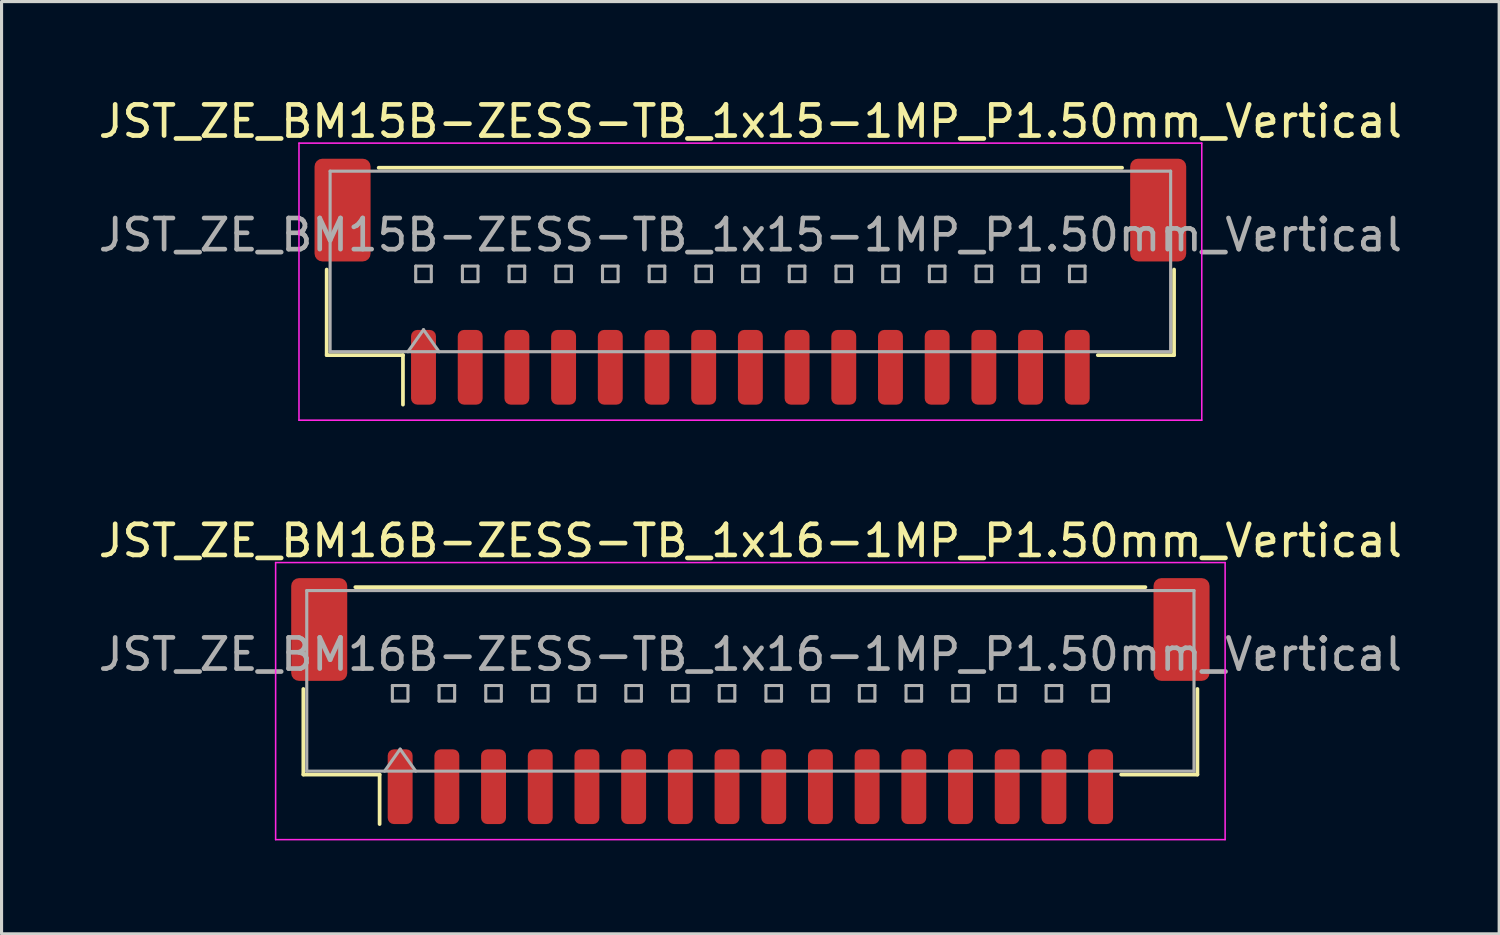
<source format=kicad_pcb>
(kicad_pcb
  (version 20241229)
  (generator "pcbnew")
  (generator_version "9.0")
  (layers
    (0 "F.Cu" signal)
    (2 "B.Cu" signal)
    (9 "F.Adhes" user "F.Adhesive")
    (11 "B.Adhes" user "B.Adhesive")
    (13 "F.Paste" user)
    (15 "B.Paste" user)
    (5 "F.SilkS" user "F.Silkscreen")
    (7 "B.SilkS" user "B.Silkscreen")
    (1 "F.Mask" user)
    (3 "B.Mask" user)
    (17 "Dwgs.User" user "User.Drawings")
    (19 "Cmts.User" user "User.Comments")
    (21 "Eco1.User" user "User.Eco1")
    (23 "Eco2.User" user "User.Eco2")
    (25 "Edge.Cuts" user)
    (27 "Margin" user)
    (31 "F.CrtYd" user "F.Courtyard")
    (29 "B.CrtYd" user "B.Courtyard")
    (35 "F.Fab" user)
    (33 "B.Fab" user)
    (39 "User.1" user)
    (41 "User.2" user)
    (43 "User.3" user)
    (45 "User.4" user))
  (footprint "JST_ZE_BM15B-ZESS-TB_1x15-1MP_P1.50mm_Vertical"
    (layer "F.Cu")
    (at 21.054 5.998)
    (property "Reference" "JST_ZE_BM15B-ZESS-TB_1x15-1MP_P1.50mm_Vertical" (at 0 -5.15 0) (layer "F.SilkS") (effects (font (size 1 1) (thickness 0.15))))
    (attr smd)
    (fp_line (start -13.61 -0.39) (end -13.61 2.36) (stroke (width 0.12) (type solid)) (layer "F.SilkS"))
    (fp_line (start -13.61 2.36) (end -11.16 2.36) (stroke (width 0.12) (type solid)) (layer "F.SilkS"))
    (fp_line (start -11.94 -3.66) (end 11.94 -3.66) (stroke (width 0.12) (type solid)) (layer "F.SilkS"))
    (fp_line (start -11.16 2.36) (end -11.16 3.95) (stroke (width 0.12) (type solid)) (layer "F.SilkS"))
    (fp_line (start 13.61 -0.39) (end 13.61 2.36) (stroke (width 0.12) (type solid)) (layer "F.SilkS"))
    (fp_line (start 13.61 2.36) (end 11.16 2.36) (stroke (width 0.12) (type solid)) (layer "F.SilkS"))
    (fp_line (start -14.5 -4.45) (end -14.5 4.45) (stroke (width 0.05) (type solid)) (layer "F.CrtYd"))
    (fp_line (start -14.5 4.45) (end 14.5 4.45) (stroke (width 0.05) (type solid)) (layer "F.CrtYd"))
    (fp_line (start 14.5 -4.45) (end -14.5 -4.45) (stroke (width 0.05) (type solid)) (layer "F.CrtYd"))
    (fp_line (start 14.5 4.45) (end 14.5 -4.45) (stroke (width 0.05) (type solid)) (layer "F.CrtYd"))
    (fp_line (start -13.5 -3.55) (end 13.5 -3.55) (stroke (width 0.1) (type solid)) (layer "F.Fab"))
    (fp_line (start -13.5 2.25) (end -13.5 -3.55) (stroke (width 0.1) (type solid)) (layer "F.Fab"))
    (fp_line (start -13.5 2.25) (end 13.5 2.25) (stroke (width 0.1) (type solid)) (layer "F.Fab"))
    (fp_line (start -11 2.25) (end -10.5 1.543) (stroke (width 0.1) (type solid)) (layer "F.Fab"))
    (fp_line (start -10.75 -0.5) (end -10.75 0) (stroke (width 0.1) (type solid)) (layer "F.Fab"))
    (fp_line (start -10.75 0) (end -10.25 0) (stroke (width 0.1) (type solid)) (layer "F.Fab"))
    (fp_line (start -10.5 1.543) (end -10 2.25) (stroke (width 0.1) (type solid)) (layer "F.Fab"))
    (fp_line (start -10.25 -0.5) (end -10.75 -0.5) (stroke (width 0.1) (type solid)) (layer "F.Fab"))
    (fp_line (start -10.25 0) (end -10.25 -0.5) (stroke (width 0.1) (type solid)) (layer "F.Fab"))
    (fp_line (start -9.25 -0.5) (end -9.25 0) (stroke (width 0.1) (type solid)) (layer "F.Fab"))
    (fp_line (start -9.25 0) (end -8.75 0) (stroke (width 0.1) (type solid)) (layer "F.Fab"))
    (fp_line (start -8.75 -0.5) (end -9.25 -0.5) (stroke (width 0.1) (type solid)) (layer "F.Fab"))
    (fp_line (start -8.75 0) (end -8.75 -0.5) (stroke (width 0.1) (type solid)) (layer "F.Fab"))
    (fp_line (start -7.75 -0.5) (end -7.75 0) (stroke (width 0.1) (type solid)) (layer "F.Fab"))
    (fp_line (start -7.75 0) (end -7.25 0) (stroke (width 0.1) (type solid)) (layer "F.Fab"))
    (fp_line (start -7.25 -0.5) (end -7.75 -0.5) (stroke (width 0.1) (type solid)) (layer "F.Fab"))
    (fp_line (start -7.25 0) (end -7.25 -0.5) (stroke (width 0.1) (type solid)) (layer "F.Fab"))
    (fp_line (start -6.25 -0.5) (end -6.25 0) (stroke (width 0.1) (type solid)) (layer "F.Fab"))
    (fp_line (start -6.25 0) (end -5.75 0) (stroke (width 0.1) (type solid)) (layer "F.Fab"))
    (fp_line (start -5.75 -0.5) (end -6.25 -0.5) (stroke (width 0.1) (type solid)) (layer "F.Fab"))
    (fp_line (start -5.75 0) (end -5.75 -0.5) (stroke (width 0.1) (type solid)) (layer "F.Fab"))
    (fp_line (start -4.75 -0.5) (end -4.75 0) (stroke (width 0.1) (type solid)) (layer "F.Fab"))
    (fp_line (start -4.75 0) (end -4.25 0) (stroke (width 0.1) (type solid)) (layer "F.Fab"))
    (fp_line (start -4.25 -0.5) (end -4.75 -0.5) (stroke (width 0.1) (type solid)) (layer "F.Fab"))
    (fp_line (start -4.25 0) (end -4.25 -0.5) (stroke (width 0.1) (type solid)) (layer "F.Fab"))
    (fp_line (start -3.25 -0.5) (end -3.25 0) (stroke (width 0.1) (type solid)) (layer "F.Fab"))
    (fp_line (start -3.25 0) (end -2.75 0) (stroke (width 0.1) (type solid)) (layer "F.Fab"))
    (fp_line (start -2.75 -0.5) (end -3.25 -0.5) (stroke (width 0.1) (type solid)) (layer "F.Fab"))
    (fp_line (start -2.75 0) (end -2.75 -0.5) (stroke (width 0.1) (type solid)) (layer "F.Fab"))
    (fp_line (start -1.75 -0.5) (end -1.75 0) (stroke (width 0.1) (type solid)) (layer "F.Fab"))
    (fp_line (start -1.75 0) (end -1.25 0) (stroke (width 0.1) (type solid)) (layer "F.Fab"))
    (fp_line (start -1.25 -0.5) (end -1.75 -0.5) (stroke (width 0.1) (type solid)) (layer "F.Fab"))
    (fp_line (start -1.25 0) (end -1.25 -0.5) (stroke (width 0.1) (type solid)) (layer "F.Fab"))
    (fp_line (start -0.25 -0.5) (end -0.25 0) (stroke (width 0.1) (type solid)) (layer "F.Fab"))
    (fp_line (start -0.25 0) (end 0.25 0) (stroke (width 0.1) (type solid)) (layer "F.Fab"))
    (fp_line (start 0.25 -0.5) (end -0.25 -0.5) (stroke (width 0.1) (type solid)) (layer "F.Fab"))
    (fp_line (start 0.25 0) (end 0.25 -0.5) (stroke (width 0.1) (type solid)) (layer "F.Fab"))
    (fp_line (start 1.25 -0.5) (end 1.25 0) (stroke (width 0.1) (type solid)) (layer "F.Fab"))
    (fp_line (start 1.25 0) (end 1.75 0) (stroke (width 0.1) (type solid)) (layer "F.Fab"))
    (fp_line (start 1.75 -0.5) (end 1.25 -0.5) (stroke (width 0.1) (type solid)) (layer "F.Fab"))
    (fp_line (start 1.75 0) (end 1.75 -0.5) (stroke (width 0.1) (type solid)) (layer "F.Fab"))
    (fp_line (start 2.75 -0.5) (end 2.75 0) (stroke (width 0.1) (type solid)) (layer "F.Fab"))
    (fp_line (start 2.75 0) (end 3.25 0) (stroke (width 0.1) (type solid)) (layer "F.Fab"))
    (fp_line (start 3.25 -0.5) (end 2.75 -0.5) (stroke (width 0.1) (type solid)) (layer "F.Fab"))
    (fp_line (start 3.25 0) (end 3.25 -0.5) (stroke (width 0.1) (type solid)) (layer "F.Fab"))
    (fp_line (start 4.25 -0.5) (end 4.25 0) (stroke (width 0.1) (type solid)) (layer "F.Fab"))
    (fp_line (start 4.25 0) (end 4.75 0) (stroke (width 0.1) (type solid)) (layer "F.Fab"))
    (fp_line (start 4.75 -0.5) (end 4.25 -0.5) (stroke (width 0.1) (type solid)) (layer "F.Fab"))
    (fp_line (start 4.75 0) (end 4.75 -0.5) (stroke (width 0.1) (type solid)) (layer "F.Fab"))
    (fp_line (start 5.75 -0.5) (end 5.75 0) (stroke (width 0.1) (type solid)) (layer "F.Fab"))
    (fp_line (start 5.75 0) (end 6.25 0) (stroke (width 0.1) (type solid)) (layer "F.Fab"))
    (fp_line (start 6.25 -0.5) (end 5.75 -0.5) (stroke (width 0.1) (type solid)) (layer "F.Fab"))
    (fp_line (start 6.25 0) (end 6.25 -0.5) (stroke (width 0.1) (type solid)) (layer "F.Fab"))
    (fp_line (start 7.25 -0.5) (end 7.25 0) (stroke (width 0.1) (type solid)) (layer "F.Fab"))
    (fp_line (start 7.25 0) (end 7.75 0) (stroke (width 0.1) (type solid)) (layer "F.Fab"))
    (fp_line (start 7.75 -0.5) (end 7.25 -0.5) (stroke (width 0.1) (type solid)) (layer "F.Fab"))
    (fp_line (start 7.75 0) (end 7.75 -0.5) (stroke (width 0.1) (type solid)) (layer "F.Fab"))
    (fp_line (start 8.75 -0.5) (end 8.75 0) (stroke (width 0.1) (type solid)) (layer "F.Fab"))
    (fp_line (start 8.75 0) (end 9.25 0) (stroke (width 0.1) (type solid)) (layer "F.Fab"))
    (fp_line (start 9.25 -0.5) (end 8.75 -0.5) (stroke (width 0.1) (type solid)) (layer "F.Fab"))
    (fp_line (start 9.25 0) (end 9.25 -0.5) (stroke (width 0.1) (type solid)) (layer "F.Fab"))
    (fp_line (start 10.25 -0.5) (end 10.25 0) (stroke (width 0.1) (type solid)) (layer "F.Fab"))
    (fp_line (start 10.25 0) (end 10.75 0) (stroke (width 0.1) (type solid)) (layer "F.Fab"))
    (fp_line (start 10.75 -0.5) (end 10.25 -0.5) (stroke (width 0.1) (type solid)) (layer "F.Fab"))
    (fp_line (start 10.75 0) (end 10.75 -0.5) (stroke (width 0.1) (type solid)) (layer "F.Fab"))
    (fp_line (start 13.5 2.25) (end 13.5 -3.55) (stroke (width 0.1) (type solid)) (layer "F.Fab"))
    (fp_text user "${REFERENCE}" (at 0 -1.5 0) (layer "F.Fab") (effects (font (size 1 1) (thickness 0.15))))
    (pad "1" smd roundrect (at -10.5 2.75) (size 0.8 2.4) (layers "F.Cu" "F.Mask" "F.Paste") (roundrect_rratio 0.25))
    (pad "2" smd roundrect (at -9 2.75) (size 0.8 2.4) (layers "F.Cu" "F.Mask" "F.Paste") (roundrect_rratio 0.25))
    (pad "3" smd roundrect (at -7.5 2.75) (size 0.8 2.4) (layers "F.Cu" "F.Mask" "F.Paste") (roundrect_rratio 0.25))
    (pad "4" smd roundrect (at -6 2.75) (size 0.8 2.4) (layers "F.Cu" "F.Mask" "F.Paste") (roundrect_rratio 0.25))
    (pad "5" smd roundrect (at -4.5 2.75) (size 0.8 2.4) (layers "F.Cu" "F.Mask" "F.Paste") (roundrect_rratio 0.25))
    (pad "6" smd roundrect (at -3 2.75) (size 0.8 2.4) (layers "F.Cu" "F.Mask" "F.Paste") (roundrect_rratio 0.25))
    (pad "7" smd roundrect (at -1.5 2.75) (size 0.8 2.4) (layers "F.Cu" "F.Mask" "F.Paste") (roundrect_rratio 0.25))
    (pad "8" smd roundrect (at 0 2.75) (size 0.8 2.4) (layers "F.Cu" "F.Mask" "F.Paste") (roundrect_rratio 0.25))
    (pad "9" smd roundrect (at 1.5 2.75) (size 0.8 2.4) (layers "F.Cu" "F.Mask" "F.Paste") (roundrect_rratio 0.25))
    (pad "10" smd roundrect (at 3 2.75) (size 0.8 2.4) (layers "F.Cu" "F.Mask" "F.Paste") (roundrect_rratio 0.25))
    (pad "11" smd roundrect (at 4.5 2.75) (size 0.8 2.4) (layers "F.Cu" "F.Mask" "F.Paste") (roundrect_rratio 0.25))
    (pad "12" smd roundrect (at 6 2.75) (size 0.8 2.4) (layers "F.Cu" "F.Mask" "F.Paste") (roundrect_rratio 0.25))
    (pad "13" smd roundrect (at 7.5 2.75) (size 0.8 2.4) (layers "F.Cu" "F.Mask" "F.Paste") (roundrect_rratio 0.25))
    (pad "14" smd roundrect (at 9 2.75) (size 0.8 2.4) (layers "F.Cu" "F.Mask" "F.Paste") (roundrect_rratio 0.25))
    (pad "15" smd roundrect (at 10.5 2.75) (size 0.8 2.4) (layers "F.Cu" "F.Mask" "F.Paste") (roundrect_rratio 0.25))
    (pad "MP" smd roundrect (at -13.1 -2.3) (size 1.8 3.3) (layers "F.Cu" "F.Mask" "F.Paste") (roundrect_rratio 0.139))
    (pad "MP" smd roundrect (at 13.1 -2.3) (size 1.8 3.3) (layers "F.Cu" "F.Mask" "F.Paste") (roundrect_rratio 0.139)))
  (footprint "JST_ZE_BM16B-ZESS-TB_1x16-1MP_P1.50mm_Vertical"
    (layer "F.Cu")
    (at 21.054 19.471)
    (property "Reference" "JST_ZE_BM16B-ZESS-TB_1x16-1MP_P1.50mm_Vertical" (at 0 -5.15 0) (layer "F.SilkS") (effects (font (size 1 1) (thickness 0.15))))
    (attr smd)
    (fp_line (start -14.36 -0.39) (end -14.36 2.36) (stroke (width 0.12) (type solid)) (layer "F.SilkS"))
    (fp_line (start -14.36 2.36) (end -11.91 2.36) (stroke (width 0.12) (type solid)) (layer "F.SilkS"))
    (fp_line (start -12.69 -3.66) (end 12.69 -3.66) (stroke (width 0.12) (type solid)) (layer "F.SilkS"))
    (fp_line (start -11.91 2.36) (end -11.91 3.95) (stroke (width 0.12) (type solid)) (layer "F.SilkS"))
    (fp_line (start 14.36 -0.39) (end 14.36 2.36) (stroke (width 0.12) (type solid)) (layer "F.SilkS"))
    (fp_line (start 14.36 2.36) (end 11.91 2.36) (stroke (width 0.12) (type solid)) (layer "F.SilkS"))
    (fp_line (start -15.25 -4.45) (end -15.25 4.45) (stroke (width 0.05) (type solid)) (layer "F.CrtYd"))
    (fp_line (start -15.25 4.45) (end 15.25 4.45) (stroke (width 0.05) (type solid)) (layer "F.CrtYd"))
    (fp_line (start 15.25 -4.45) (end -15.25 -4.45) (stroke (width 0.05) (type solid)) (layer "F.CrtYd"))
    (fp_line (start 15.25 4.45) (end 15.25 -4.45) (stroke (width 0.05) (type solid)) (layer "F.CrtYd"))
    (fp_line (start -14.25 -3.55) (end 14.25 -3.55) (stroke (width 0.1) (type solid)) (layer "F.Fab"))
    (fp_line (start -14.25 2.25) (end -14.25 -3.55) (stroke (width 0.1) (type solid)) (layer "F.Fab"))
    (fp_line (start -14.25 2.25) (end 14.25 2.25) (stroke (width 0.1) (type solid)) (layer "F.Fab"))
    (fp_line (start -11.75 2.25) (end -11.25 1.543) (stroke (width 0.1) (type solid)) (layer "F.Fab"))
    (fp_line (start -11.5 -0.5) (end -11.5 0) (stroke (width 0.1) (type solid)) (layer "F.Fab"))
    (fp_line (start -11.5 0) (end -11 0) (stroke (width 0.1) (type solid)) (layer "F.Fab"))
    (fp_line (start -11.25 1.543) (end -10.75 2.25) (stroke (width 0.1) (type solid)) (layer "F.Fab"))
    (fp_line (start -11 -0.5) (end -11.5 -0.5) (stroke (width 0.1) (type solid)) (layer "F.Fab"))
    (fp_line (start -11 0) (end -11 -0.5) (stroke (width 0.1) (type solid)) (layer "F.Fab"))
    (fp_line (start -10 -0.5) (end -10 0) (stroke (width 0.1) (type solid)) (layer "F.Fab"))
    (fp_line (start -10 0) (end -9.5 0) (stroke (width 0.1) (type solid)) (layer "F.Fab"))
    (fp_line (start -9.5 -0.5) (end -10 -0.5) (stroke (width 0.1) (type solid)) (layer "F.Fab"))
    (fp_line (start -9.5 0) (end -9.5 -0.5) (stroke (width 0.1) (type solid)) (layer "F.Fab"))
    (fp_line (start -8.5 -0.5) (end -8.5 0) (stroke (width 0.1) (type solid)) (layer "F.Fab"))
    (fp_line (start -8.5 0) (end -8 0) (stroke (width 0.1) (type solid)) (layer "F.Fab"))
    (fp_line (start -8 -0.5) (end -8.5 -0.5) (stroke (width 0.1) (type solid)) (layer "F.Fab"))
    (fp_line (start -8 0) (end -8 -0.5) (stroke (width 0.1) (type solid)) (layer "F.Fab"))
    (fp_line (start -7 -0.5) (end -7 0) (stroke (width 0.1) (type solid)) (layer "F.Fab"))
    (fp_line (start -7 0) (end -6.5 0) (stroke (width 0.1) (type solid)) (layer "F.Fab"))
    (fp_line (start -6.5 -0.5) (end -7 -0.5) (stroke (width 0.1) (type solid)) (layer "F.Fab"))
    (fp_line (start -6.5 0) (end -6.5 -0.5) (stroke (width 0.1) (type solid)) (layer "F.Fab"))
    (fp_line (start -5.5 -0.5) (end -5.5 0) (stroke (width 0.1) (type solid)) (layer "F.Fab"))
    (fp_line (start -5.5 0) (end -5 0) (stroke (width 0.1) (type solid)) (layer "F.Fab"))
    (fp_line (start -5 -0.5) (end -5.5 -0.5) (stroke (width 0.1) (type solid)) (layer "F.Fab"))
    (fp_line (start -5 0) (end -5 -0.5) (stroke (width 0.1) (type solid)) (layer "F.Fab"))
    (fp_line (start -4 -0.5) (end -4 0) (stroke (width 0.1) (type solid)) (layer "F.Fab"))
    (fp_line (start -4 0) (end -3.5 0) (stroke (width 0.1) (type solid)) (layer "F.Fab"))
    (fp_line (start -3.5 -0.5) (end -4 -0.5) (stroke (width 0.1) (type solid)) (layer "F.Fab"))
    (fp_line (start -3.5 0) (end -3.5 -0.5) (stroke (width 0.1) (type solid)) (layer "F.Fab"))
    (fp_line (start -2.5 -0.5) (end -2.5 0) (stroke (width 0.1) (type solid)) (layer "F.Fab"))
    (fp_line (start -2.5 0) (end -2 0) (stroke (width 0.1) (type solid)) (layer "F.Fab"))
    (fp_line (start -2 -0.5) (end -2.5 -0.5) (stroke (width 0.1) (type solid)) (layer "F.Fab"))
    (fp_line (start -2 0) (end -2 -0.5) (stroke (width 0.1) (type solid)) (layer "F.Fab"))
    (fp_line (start -1 -0.5) (end -1 0) (stroke (width 0.1) (type solid)) (layer "F.Fab"))
    (fp_line (start -1 0) (end -0.5 0) (stroke (width 0.1) (type solid)) (layer "F.Fab"))
    (fp_line (start -0.5 -0.5) (end -1 -0.5) (stroke (width 0.1) (type solid)) (layer "F.Fab"))
    (fp_line (start -0.5 0) (end -0.5 -0.5) (stroke (width 0.1) (type solid)) (layer "F.Fab"))
    (fp_line (start 0.5 -0.5) (end 0.5 0) (stroke (width 0.1) (type solid)) (layer "F.Fab"))
    (fp_line (start 0.5 0) (end 1 0) (stroke (width 0.1) (type solid)) (layer "F.Fab"))
    (fp_line (start 1 -0.5) (end 0.5 -0.5) (stroke (width 0.1) (type solid)) (layer "F.Fab"))
    (fp_line (start 1 0) (end 1 -0.5) (stroke (width 0.1) (type solid)) (layer "F.Fab"))
    (fp_line (start 2 -0.5) (end 2 0) (stroke (width 0.1) (type solid)) (layer "F.Fab"))
    (fp_line (start 2 0) (end 2.5 0) (stroke (width 0.1) (type solid)) (layer "F.Fab"))
    (fp_line (start 2.5 -0.5) (end 2 -0.5) (stroke (width 0.1) (type solid)) (layer "F.Fab"))
    (fp_line (start 2.5 0) (end 2.5 -0.5) (stroke (width 0.1) (type solid)) (layer "F.Fab"))
    (fp_line (start 3.5 -0.5) (end 3.5 0) (stroke (width 0.1) (type solid)) (layer "F.Fab"))
    (fp_line (start 3.5 0) (end 4 0) (stroke (width 0.1) (type solid)) (layer "F.Fab"))
    (fp_line (start 4 -0.5) (end 3.5 -0.5) (stroke (width 0.1) (type solid)) (layer "F.Fab"))
    (fp_line (start 4 0) (end 4 -0.5) (stroke (width 0.1) (type solid)) (layer "F.Fab"))
    (fp_line (start 5 -0.5) (end 5 0) (stroke (width 0.1) (type solid)) (layer "F.Fab"))
    (fp_line (start 5 0) (end 5.5 0) (stroke (width 0.1) (type solid)) (layer "F.Fab"))
    (fp_line (start 5.5 -0.5) (end 5 -0.5) (stroke (width 0.1) (type solid)) (layer "F.Fab"))
    (fp_line (start 5.5 0) (end 5.5 -0.5) (stroke (width 0.1) (type solid)) (layer "F.Fab"))
    (fp_line (start 6.5 -0.5) (end 6.5 0) (stroke (width 0.1) (type solid)) (layer "F.Fab"))
    (fp_line (start 6.5 0) (end 7 0) (stroke (width 0.1) (type solid)) (layer "F.Fab"))
    (fp_line (start 7 -0.5) (end 6.5 -0.5) (stroke (width 0.1) (type solid)) (layer "F.Fab"))
    (fp_line (start 7 0) (end 7 -0.5) (stroke (width 0.1) (type solid)) (layer "F.Fab"))
    (fp_line (start 8 -0.5) (end 8 0) (stroke (width 0.1) (type solid)) (layer "F.Fab"))
    (fp_line (start 8 0) (end 8.5 0) (stroke (width 0.1) (type solid)) (layer "F.Fab"))
    (fp_line (start 8.5 -0.5) (end 8 -0.5) (stroke (width 0.1) (type solid)) (layer "F.Fab"))
    (fp_line (start 8.5 0) (end 8.5 -0.5) (stroke (width 0.1) (type solid)) (layer "F.Fab"))
    (fp_line (start 9.5 -0.5) (end 9.5 0) (stroke (width 0.1) (type solid)) (layer "F.Fab"))
    (fp_line (start 9.5 0) (end 10 0) (stroke (width 0.1) (type solid)) (layer "F.Fab"))
    (fp_line (start 10 -0.5) (end 9.5 -0.5) (stroke (width 0.1) (type solid)) (layer "F.Fab"))
    (fp_line (start 10 0) (end 10 -0.5) (stroke (width 0.1) (type solid)) (layer "F.Fab"))
    (fp_line (start 11 -0.5) (end 11 0) (stroke (width 0.1) (type solid)) (layer "F.Fab"))
    (fp_line (start 11 0) (end 11.5 0) (stroke (width 0.1) (type solid)) (layer "F.Fab"))
    (fp_line (start 11.5 -0.5) (end 11 -0.5) (stroke (width 0.1) (type solid)) (layer "F.Fab"))
    (fp_line (start 11.5 0) (end 11.5 -0.5) (stroke (width 0.1) (type solid)) (layer "F.Fab"))
    (fp_line (start 14.25 2.25) (end 14.25 -3.55) (stroke (width 0.1) (type solid)) (layer "F.Fab"))
    (fp_text user "${REFERENCE}" (at 0 -1.5 0) (layer "F.Fab") (effects (font (size 1 1) (thickness 0.15))))
    (pad "1" smd roundrect (at -11.25 2.75) (size 0.8 2.4) (layers "F.Cu" "F.Mask" "F.Paste") (roundrect_rratio 0.25))
    (pad "2" smd roundrect (at -9.75 2.75) (size 0.8 2.4) (layers "F.Cu" "F.Mask" "F.Paste") (roundrect_rratio 0.25))
    (pad "3" smd roundrect (at -8.25 2.75) (size 0.8 2.4) (layers "F.Cu" "F.Mask" "F.Paste") (roundrect_rratio 0.25))
    (pad "4" smd roundrect (at -6.75 2.75) (size 0.8 2.4) (layers "F.Cu" "F.Mask" "F.Paste") (roundrect_rratio 0.25))
    (pad "5" smd roundrect (at -5.25 2.75) (size 0.8 2.4) (layers "F.Cu" "F.Mask" "F.Paste") (roundrect_rratio 0.25))
    (pad "6" smd roundrect (at -3.75 2.75) (size 0.8 2.4) (layers "F.Cu" "F.Mask" "F.Paste") (roundrect_rratio 0.25))
    (pad "7" smd roundrect (at -2.25 2.75) (size 0.8 2.4) (layers "F.Cu" "F.Mask" "F.Paste") (roundrect_rratio 0.25))
    (pad "8" smd roundrect (at -0.75 2.75) (size 0.8 2.4) (layers "F.Cu" "F.Mask" "F.Paste") (roundrect_rratio 0.25))
    (pad "9" smd roundrect (at 0.75 2.75) (size 0.8 2.4) (layers "F.Cu" "F.Mask" "F.Paste") (roundrect_rratio 0.25))
    (pad "10" smd roundrect (at 2.25 2.75) (size 0.8 2.4) (layers "F.Cu" "F.Mask" "F.Paste") (roundrect_rratio 0.25))
    (pad "11" smd roundrect (at 3.75 2.75) (size 0.8 2.4) (layers "F.Cu" "F.Mask" "F.Paste") (roundrect_rratio 0.25))
    (pad "12" smd roundrect (at 5.25 2.75) (size 0.8 2.4) (layers "F.Cu" "F.Mask" "F.Paste") (roundrect_rratio 0.25))
    (pad "13" smd roundrect (at 6.75 2.75) (size 0.8 2.4) (layers "F.Cu" "F.Mask" "F.Paste") (roundrect_rratio 0.25))
    (pad "14" smd roundrect (at 8.25 2.75) (size 0.8 2.4) (layers "F.Cu" "F.Mask" "F.Paste") (roundrect_rratio 0.25))
    (pad "15" smd roundrect (at 9.75 2.75) (size 0.8 2.4) (layers "F.Cu" "F.Mask" "F.Paste") (roundrect_rratio 0.25))
    (pad "16" smd roundrect (at 11.25 2.75) (size 0.8 2.4) (layers "F.Cu" "F.Mask" "F.Paste") (roundrect_rratio 0.25))
    (pad "MP" smd roundrect (at -13.85 -2.3) (size 1.8 3.3) (layers "F.Cu" "F.Mask" "F.Paste") (roundrect_rratio 0.139))
    (pad "MP" smd roundrect (at 13.85 -2.3) (size 1.8 3.3) (layers "F.Cu" "F.Mask" "F.Paste") (roundrect_rratio 0.139)))
  (gr_rect
    (start -3 -3)
    (end 45.107 26.947)
    (stroke (width 0.1) (type default))
    (fill no)
    (layer "Edge.Cuts")))
</source>
